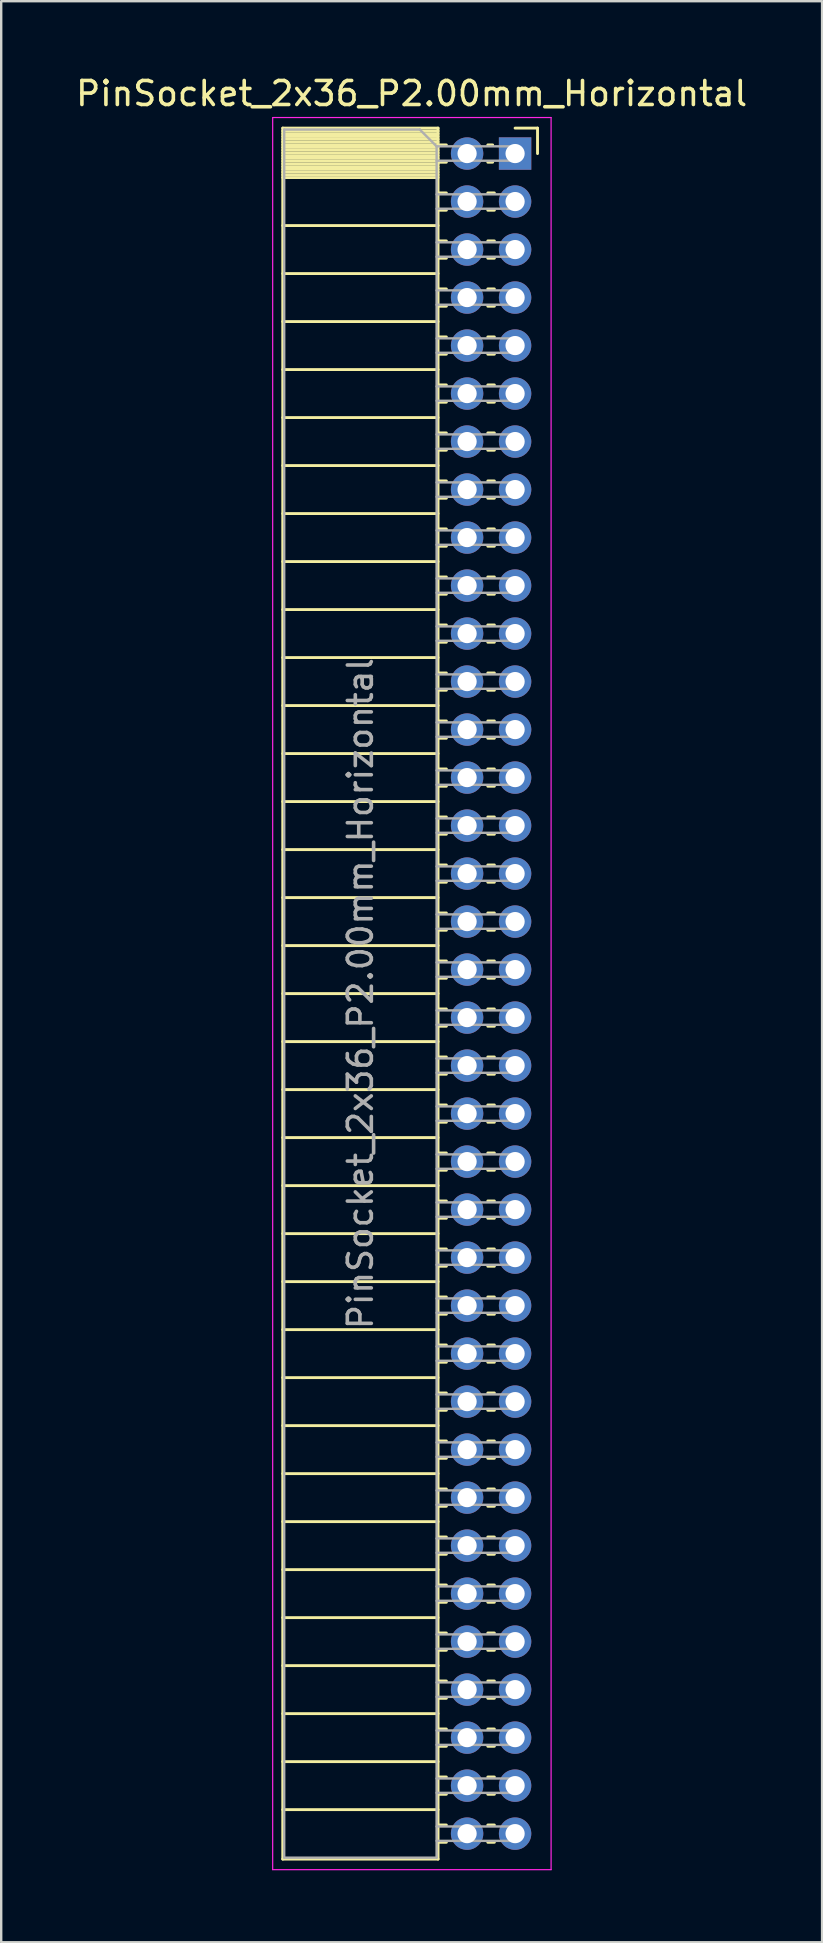
<source format=kicad_pcb>
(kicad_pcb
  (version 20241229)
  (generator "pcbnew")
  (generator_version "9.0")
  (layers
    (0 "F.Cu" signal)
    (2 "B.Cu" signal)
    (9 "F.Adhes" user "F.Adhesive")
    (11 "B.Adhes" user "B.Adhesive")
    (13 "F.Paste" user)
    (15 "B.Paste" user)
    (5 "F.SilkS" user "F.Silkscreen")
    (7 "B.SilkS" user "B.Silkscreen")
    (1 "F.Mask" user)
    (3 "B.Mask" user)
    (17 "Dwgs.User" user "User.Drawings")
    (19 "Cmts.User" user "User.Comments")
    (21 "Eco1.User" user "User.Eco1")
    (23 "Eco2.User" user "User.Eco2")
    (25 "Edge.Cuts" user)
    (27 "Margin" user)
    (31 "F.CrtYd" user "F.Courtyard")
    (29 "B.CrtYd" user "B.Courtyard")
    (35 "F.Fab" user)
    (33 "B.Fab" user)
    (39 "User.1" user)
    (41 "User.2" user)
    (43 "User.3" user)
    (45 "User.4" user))
  (footprint "PinSocket_2x36_P2.00mm_Horizontal"
    (layer "F.Cu")
    (at 18.411 3.348)
    (property "Reference" "PinSocket_2x36_P2.00mm_Horizontal" (at -4.31 -2.5 0) (layer "F.SilkS") (effects (font (size 1 1) (thickness 0.15))))
    (attr through_hole)
    (fp_line (start -9.68 -1.06) (end -9.68 71.06) (stroke (width 0.12) (type solid)) (layer "F.SilkS"))
    (fp_line (start -9.68 -1.06) (end -3.21 -1.06) (stroke (width 0.12) (type solid)) (layer "F.SilkS"))
    (fp_line (start -9.68 -0.94) (end -3.21 -0.94) (stroke (width 0.12) (type solid)) (layer "F.SilkS"))
    (fp_line (start -9.68 -0.826) (end -3.21 -0.826) (stroke (width 0.12) (type solid)) (layer "F.SilkS"))
    (fp_line (start -9.68 -0.712) (end -3.21 -0.712) (stroke (width 0.12) (type solid)) (layer "F.SilkS"))
    (fp_line (start -9.68 -0.598) (end -3.21 -0.598) (stroke (width 0.12) (type solid)) (layer "F.SilkS"))
    (fp_line (start -9.68 -0.484) (end -3.21 -0.484) (stroke (width 0.12) (type solid)) (layer "F.SilkS"))
    (fp_line (start -9.68 -0.369) (end -3.21 -0.369) (stroke (width 0.12) (type solid)) (layer "F.SilkS"))
    (fp_line (start -9.68 -0.255) (end -3.21 -0.255) (stroke (width 0.12) (type solid)) (layer "F.SilkS"))
    (fp_line (start -9.68 -0.141) (end -3.21 -0.141) (stroke (width 0.12) (type solid)) (layer "F.SilkS"))
    (fp_line (start -9.68 -0.027) (end -3.21 -0.027) (stroke (width 0.12) (type solid)) (layer "F.SilkS"))
    (fp_line (start -9.68 0.087) (end -3.21 0.087) (stroke (width 0.12) (type solid)) (layer "F.SilkS"))
    (fp_line (start -9.68 0.201) (end -3.21 0.201) (stroke (width 0.12) (type solid)) (layer "F.SilkS"))
    (fp_line (start -9.68 0.315) (end -3.21 0.315) (stroke (width 0.12) (type solid)) (layer "F.SilkS"))
    (fp_line (start -9.68 0.429) (end -3.21 0.429) (stroke (width 0.12) (type solid)) (layer "F.SilkS"))
    (fp_line (start -9.68 0.544) (end -3.21 0.544) (stroke (width 0.12) (type solid)) (layer "F.SilkS"))
    (fp_line (start -9.68 0.658) (end -3.21 0.658) (stroke (width 0.12) (type solid)) (layer "F.SilkS"))
    (fp_line (start -9.68 0.772) (end -3.21 0.772) (stroke (width 0.12) (type solid)) (layer "F.SilkS"))
    (fp_line (start -9.68 0.886) (end -3.21 0.886) (stroke (width 0.12) (type solid)) (layer "F.SilkS"))
    (fp_line (start -9.68 1) (end -3.21 1) (stroke (width 0.12) (type solid)) (layer "F.SilkS"))
    (fp_line (start -9.68 3) (end -3.21 3) (stroke (width 0.12) (type solid)) (layer "F.SilkS"))
    (fp_line (start -9.68 5) (end -3.21 5) (stroke (width 0.12) (type solid)) (layer "F.SilkS"))
    (fp_line (start -9.68 7) (end -3.21 7) (stroke (width 0.12) (type solid)) (layer "F.SilkS"))
    (fp_line (start -9.68 9) (end -3.21 9) (stroke (width 0.12) (type solid)) (layer "F.SilkS"))
    (fp_line (start -9.68 11) (end -3.21 11) (stroke (width 0.12) (type solid)) (layer "F.SilkS"))
    (fp_line (start -9.68 13) (end -3.21 13) (stroke (width 0.12) (type solid)) (layer "F.SilkS"))
    (fp_line (start -9.68 15) (end -3.21 15) (stroke (width 0.12) (type solid)) (layer "F.SilkS"))
    (fp_line (start -9.68 17) (end -3.21 17) (stroke (width 0.12) (type solid)) (layer "F.SilkS"))
    (fp_line (start -9.68 19) (end -3.21 19) (stroke (width 0.12) (type solid)) (layer "F.SilkS"))
    (fp_line (start -9.68 21) (end -3.21 21) (stroke (width 0.12) (type solid)) (layer "F.SilkS"))
    (fp_line (start -9.68 23) (end -3.21 23) (stroke (width 0.12) (type solid)) (layer "F.SilkS"))
    (fp_line (start -9.68 25) (end -3.21 25) (stroke (width 0.12) (type solid)) (layer "F.SilkS"))
    (fp_line (start -9.68 27) (end -3.21 27) (stroke (width 0.12) (type solid)) (layer "F.SilkS"))
    (fp_line (start -9.68 29) (end -3.21 29) (stroke (width 0.12) (type solid)) (layer "F.SilkS"))
    (fp_line (start -9.68 31) (end -3.21 31) (stroke (width 0.12) (type solid)) (layer "F.SilkS"))
    (fp_line (start -9.68 33) (end -3.21 33) (stroke (width 0.12) (type solid)) (layer "F.SilkS"))
    (fp_line (start -9.68 35) (end -3.21 35) (stroke (width 0.12) (type solid)) (layer "F.SilkS"))
    (fp_line (start -9.68 37) (end -3.21 37) (stroke (width 0.12) (type solid)) (layer "F.SilkS"))
    (fp_line (start -9.68 39) (end -3.21 39) (stroke (width 0.12) (type solid)) (layer "F.SilkS"))
    (fp_line (start -9.68 41) (end -3.21 41) (stroke (width 0.12) (type solid)) (layer "F.SilkS"))
    (fp_line (start -9.68 43) (end -3.21 43) (stroke (width 0.12) (type solid)) (layer "F.SilkS"))
    (fp_line (start -9.68 45) (end -3.21 45) (stroke (width 0.12) (type solid)) (layer "F.SilkS"))
    (fp_line (start -9.68 47) (end -3.21 47) (stroke (width 0.12) (type solid)) (layer "F.SilkS"))
    (fp_line (start -9.68 49) (end -3.21 49) (stroke (width 0.12) (type solid)) (layer "F.SilkS"))
    (fp_line (start -9.68 51) (end -3.21 51) (stroke (width 0.12) (type solid)) (layer "F.SilkS"))
    (fp_line (start -9.68 53) (end -3.21 53) (stroke (width 0.12) (type solid)) (layer "F.SilkS"))
    (fp_line (start -9.68 55) (end -3.21 55) (stroke (width 0.12) (type solid)) (layer "F.SilkS"))
    (fp_line (start -9.68 57) (end -3.21 57) (stroke (width 0.12) (type solid)) (layer "F.SilkS"))
    (fp_line (start -9.68 59) (end -3.21 59) (stroke (width 0.12) (type solid)) (layer "F.SilkS"))
    (fp_line (start -9.68 61) (end -3.21 61) (stroke (width 0.12) (type solid)) (layer "F.SilkS"))
    (fp_line (start -9.68 63) (end -3.21 63) (stroke (width 0.12) (type solid)) (layer "F.SilkS"))
    (fp_line (start -9.68 65) (end -3.21 65) (stroke (width 0.12) (type solid)) (layer "F.SilkS"))
    (fp_line (start -9.68 67) (end -3.21 67) (stroke (width 0.12) (type solid)) (layer "F.SilkS"))
    (fp_line (start -9.68 69) (end -3.21 69) (stroke (width 0.12) (type solid)) (layer "F.SilkS"))
    (fp_line (start -9.68 71.06) (end -3.21 71.06) (stroke (width 0.12) (type solid)) (layer "F.SilkS"))
    (fp_line (start -3.21 -1.06) (end -3.21 71.06) (stroke (width 0.12) (type solid)) (layer "F.SilkS"))
    (fp_line (start -3.21 -0.36) (end -2.863 -0.36) (stroke (width 0.12) (type solid)) (layer "F.SilkS"))
    (fp_line (start -3.21 0.36) (end -2.863 0.36) (stroke (width 0.12) (type solid)) (layer "F.SilkS"))
    (fp_line (start -3.21 1.64) (end -2.863 1.64) (stroke (width 0.12) (type solid)) (layer "F.SilkS"))
    (fp_line (start -3.21 2.36) (end -2.863 2.36) (stroke (width 0.12) (type solid)) (layer "F.SilkS"))
    (fp_line (start -3.21 3.64) (end -2.863 3.64) (stroke (width 0.12) (type solid)) (layer "F.SilkS"))
    (fp_line (start -3.21 4.36) (end -2.863 4.36) (stroke (width 0.12) (type solid)) (layer "F.SilkS"))
    (fp_line (start -3.21 5.64) (end -2.863 5.64) (stroke (width 0.12) (type solid)) (layer "F.SilkS"))
    (fp_line (start -3.21 6.36) (end -2.863 6.36) (stroke (width 0.12) (type solid)) (layer "F.SilkS"))
    (fp_line (start -3.21 7.64) (end -2.863 7.64) (stroke (width 0.12) (type solid)) (layer "F.SilkS"))
    (fp_line (start -3.21 8.36) (end -2.863 8.36) (stroke (width 0.12) (type solid)) (layer "F.SilkS"))
    (fp_line (start -3.21 9.64) (end -2.863 9.64) (stroke (width 0.12) (type solid)) (layer "F.SilkS"))
    (fp_line (start -3.21 10.36) (end -2.863 10.36) (stroke (width 0.12) (type solid)) (layer "F.SilkS"))
    (fp_line (start -3.21 11.64) (end -2.863 11.64) (stroke (width 0.12) (type solid)) (layer "F.SilkS"))
    (fp_line (start -3.21 12.36) (end -2.863 12.36) (stroke (width 0.12) (type solid)) (layer "F.SilkS"))
    (fp_line (start -3.21 13.64) (end -2.863 13.64) (stroke (width 0.12) (type solid)) (layer "F.SilkS"))
    (fp_line (start -3.21 14.36) (end -2.863 14.36) (stroke (width 0.12) (type solid)) (layer "F.SilkS"))
    (fp_line (start -3.21 15.64) (end -2.863 15.64) (stroke (width 0.12) (type solid)) (layer "F.SilkS"))
    (fp_line (start -3.21 16.36) (end -2.863 16.36) (stroke (width 0.12) (type solid)) (layer "F.SilkS"))
    (fp_line (start -3.21 17.64) (end -2.863 17.64) (stroke (width 0.12) (type solid)) (layer "F.SilkS"))
    (fp_line (start -3.21 18.36) (end -2.863 18.36) (stroke (width 0.12) (type solid)) (layer "F.SilkS"))
    (fp_line (start -3.21 19.64) (end -2.863 19.64) (stroke (width 0.12) (type solid)) (layer "F.SilkS"))
    (fp_line (start -3.21 20.36) (end -2.863 20.36) (stroke (width 0.12) (type solid)) (layer "F.SilkS"))
    (fp_line (start -3.21 21.64) (end -2.863 21.64) (stroke (width 0.12) (type solid)) (layer "F.SilkS"))
    (fp_line (start -3.21 22.36) (end -2.863 22.36) (stroke (width 0.12) (type solid)) (layer "F.SilkS"))
    (fp_line (start -3.21 23.64) (end -2.863 23.64) (stroke (width 0.12) (type solid)) (layer "F.SilkS"))
    (fp_line (start -3.21 24.36) (end -2.863 24.36) (stroke (width 0.12) (type solid)) (layer "F.SilkS"))
    (fp_line (start -3.21 25.64) (end -2.863 25.64) (stroke (width 0.12) (type solid)) (layer "F.SilkS"))
    (fp_line (start -3.21 26.36) (end -2.863 26.36) (stroke (width 0.12) (type solid)) (layer "F.SilkS"))
    (fp_line (start -3.21 27.64) (end -2.863 27.64) (stroke (width 0.12) (type solid)) (layer "F.SilkS"))
    (fp_line (start -3.21 28.36) (end -2.863 28.36) (stroke (width 0.12) (type solid)) (layer "F.SilkS"))
    (fp_line (start -3.21 29.64) (end -2.863 29.64) (stroke (width 0.12) (type solid)) (layer "F.SilkS"))
    (fp_line (start -3.21 30.36) (end -2.863 30.36) (stroke (width 0.12) (type solid)) (layer "F.SilkS"))
    (fp_line (start -3.21 31.64) (end -2.863 31.64) (stroke (width 0.12) (type solid)) (layer "F.SilkS"))
    (fp_line (start -3.21 32.36) (end -2.863 32.36) (stroke (width 0.12) (type solid)) (layer "F.SilkS"))
    (fp_line (start -3.21 33.64) (end -2.863 33.64) (stroke (width 0.12) (type solid)) (layer "F.SilkS"))
    (fp_line (start -3.21 34.36) (end -2.863 34.36) (stroke (width 0.12) (type solid)) (layer "F.SilkS"))
    (fp_line (start -3.21 35.64) (end -2.863 35.64) (stroke (width 0.12) (type solid)) (layer "F.SilkS"))
    (fp_line (start -3.21 36.36) (end -2.863 36.36) (stroke (width 0.12) (type solid)) (layer "F.SilkS"))
    (fp_line (start -3.21 37.64) (end -2.863 37.64) (stroke (width 0.12) (type solid)) (layer "F.SilkS"))
    (fp_line (start -3.21 38.36) (end -2.863 38.36) (stroke (width 0.12) (type solid)) (layer "F.SilkS"))
    (fp_line (start -3.21 39.64) (end -2.863 39.64) (stroke (width 0.12) (type solid)) (layer "F.SilkS"))
    (fp_line (start -3.21 40.36) (end -2.863 40.36) (stroke (width 0.12) (type solid)) (layer "F.SilkS"))
    (fp_line (start -3.21 41.64) (end -2.863 41.64) (stroke (width 0.12) (type solid)) (layer "F.SilkS"))
    (fp_line (start -3.21 42.36) (end -2.863 42.36) (stroke (width 0.12) (type solid)) (layer "F.SilkS"))
    (fp_line (start -3.21 43.64) (end -2.863 43.64) (stroke (width 0.12) (type solid)) (layer "F.SilkS"))
    (fp_line (start -3.21 44.36) (end -2.863 44.36) (stroke (width 0.12) (type solid)) (layer "F.SilkS"))
    (fp_line (start -3.21 45.64) (end -2.863 45.64) (stroke (width 0.12) (type solid)) (layer "F.SilkS"))
    (fp_line (start -3.21 46.36) (end -2.863 46.36) (stroke (width 0.12) (type solid)) (layer "F.SilkS"))
    (fp_line (start -3.21 47.64) (end -2.863 47.64) (stroke (width 0.12) (type solid)) (layer "F.SilkS"))
    (fp_line (start -3.21 48.36) (end -2.863 48.36) (stroke (width 0.12) (type solid)) (layer "F.SilkS"))
    (fp_line (start -3.21 49.64) (end -2.863 49.64) (stroke (width 0.12) (type solid)) (layer "F.SilkS"))
    (fp_line (start -3.21 50.36) (end -2.863 50.36) (stroke (width 0.12) (type solid)) (layer "F.SilkS"))
    (fp_line (start -3.21 51.64) (end -2.863 51.64) (stroke (width 0.12) (type solid)) (layer "F.SilkS"))
    (fp_line (start -3.21 52.36) (end -2.863 52.36) (stroke (width 0.12) (type solid)) (layer "F.SilkS"))
    (fp_line (start -3.21 53.64) (end -2.863 53.64) (stroke (width 0.12) (type solid)) (layer "F.SilkS"))
    (fp_line (start -3.21 54.36) (end -2.863 54.36) (stroke (width 0.12) (type solid)) (layer "F.SilkS"))
    (fp_line (start -3.21 55.64) (end -2.863 55.64) (stroke (width 0.12) (type solid)) (layer "F.SilkS"))
    (fp_line (start -3.21 56.36) (end -2.863 56.36) (stroke (width 0.12) (type solid)) (layer "F.SilkS"))
    (fp_line (start -3.21 57.64) (end -2.863 57.64) (stroke (width 0.12) (type solid)) (layer "F.SilkS"))
    (fp_line (start -3.21 58.36) (end -2.863 58.36) (stroke (width 0.12) (type solid)) (layer "F.SilkS"))
    (fp_line (start -3.21 59.64) (end -2.863 59.64) (stroke (width 0.12) (type solid)) (layer "F.SilkS"))
    (fp_line (start -3.21 60.36) (end -2.863 60.36) (stroke (width 0.12) (type solid)) (layer "F.SilkS"))
    (fp_line (start -3.21 61.64) (end -2.863 61.64) (stroke (width 0.12) (type solid)) (layer "F.SilkS"))
    (fp_line (start -3.21 62.36) (end -2.863 62.36) (stroke (width 0.12) (type solid)) (layer "F.SilkS"))
    (fp_line (start -3.21 63.64) (end -2.863 63.64) (stroke (width 0.12) (type solid)) (layer "F.SilkS"))
    (fp_line (start -3.21 64.36) (end -2.863 64.36) (stroke (width 0.12) (type solid)) (layer "F.SilkS"))
    (fp_line (start -3.21 65.64) (end -2.863 65.64) (stroke (width 0.12) (type solid)) (layer "F.SilkS"))
    (fp_line (start -3.21 66.36) (end -2.863 66.36) (stroke (width 0.12) (type solid)) (layer "F.SilkS"))
    (fp_line (start -3.21 67.64) (end -2.863 67.64) (stroke (width 0.12) (type solid)) (layer "F.SilkS"))
    (fp_line (start -3.21 68.36) (end -2.863 68.36) (stroke (width 0.12) (type solid)) (layer "F.SilkS"))
    (fp_line (start -3.21 69.64) (end -2.863 69.64) (stroke (width 0.12) (type solid)) (layer "F.SilkS"))
    (fp_line (start -3.21 70.36) (end -2.863 70.36) (stroke (width 0.12) (type solid)) (layer "F.SilkS"))
    (fp_line (start -1.137 -0.36) (end -0.935 -0.36) (stroke (width 0.12) (type solid)) (layer "F.SilkS"))
    (fp_line (start -1.137 0.36) (end -0.935 0.36) (stroke (width 0.12) (type solid)) (layer "F.SilkS"))
    (fp_line (start -1.137 1.64) (end -0.863 1.64) (stroke (width 0.12) (type solid)) (layer "F.SilkS"))
    (fp_line (start -1.137 2.36) (end -0.863 2.36) (stroke (width 0.12) (type solid)) (layer "F.SilkS"))
    (fp_line (start -1.137 3.64) (end -0.863 3.64) (stroke (width 0.12) (type solid)) (layer "F.SilkS"))
    (fp_line (start -1.137 4.36) (end -0.863 4.36) (stroke (width 0.12) (type solid)) (layer "F.SilkS"))
    (fp_line (start -1.137 5.64) (end -0.863 5.64) (stroke (width 0.12) (type solid)) (layer "F.SilkS"))
    (fp_line (start -1.137 6.36) (end -0.863 6.36) (stroke (width 0.12) (type solid)) (layer "F.SilkS"))
    (fp_line (start -1.137 7.64) (end -0.863 7.64) (stroke (width 0.12) (type solid)) (layer "F.SilkS"))
    (fp_line (start -1.137 8.36) (end -0.863 8.36) (stroke (width 0.12) (type solid)) (layer "F.SilkS"))
    (fp_line (start -1.137 9.64) (end -0.863 9.64) (stroke (width 0.12) (type solid)) (layer "F.SilkS"))
    (fp_line (start -1.137 10.36) (end -0.863 10.36) (stroke (width 0.12) (type solid)) (layer "F.SilkS"))
    (fp_line (start -1.137 11.64) (end -0.863 11.64) (stroke (width 0.12) (type solid)) (layer "F.SilkS"))
    (fp_line (start -1.137 12.36) (end -0.863 12.36) (stroke (width 0.12) (type solid)) (layer "F.SilkS"))
    (fp_line (start -1.137 13.64) (end -0.863 13.64) (stroke (width 0.12) (type solid)) (layer "F.SilkS"))
    (fp_line (start -1.137 14.36) (end -0.863 14.36) (stroke (width 0.12) (type solid)) (layer "F.SilkS"))
    (fp_line (start -1.137 15.64) (end -0.863 15.64) (stroke (width 0.12) (type solid)) (layer "F.SilkS"))
    (fp_line (start -1.137 16.36) (end -0.863 16.36) (stroke (width 0.12) (type solid)) (layer "F.SilkS"))
    (fp_line (start -1.137 17.64) (end -0.863 17.64) (stroke (width 0.12) (type solid)) (layer "F.SilkS"))
    (fp_line (start -1.137 18.36) (end -0.863 18.36) (stroke (width 0.12) (type solid)) (layer "F.SilkS"))
    (fp_line (start -1.137 19.64) (end -0.863 19.64) (stroke (width 0.12) (type solid)) (layer "F.SilkS"))
    (fp_line (start -1.137 20.36) (end -0.863 20.36) (stroke (width 0.12) (type solid)) (layer "F.SilkS"))
    (fp_line (start -1.137 21.64) (end -0.863 21.64) (stroke (width 0.12) (type solid)) (layer "F.SilkS"))
    (fp_line (start -1.137 22.36) (end -0.863 22.36) (stroke (width 0.12) (type solid)) (layer "F.SilkS"))
    (fp_line (start -1.137 23.64) (end -0.863 23.64) (stroke (width 0.12) (type solid)) (layer "F.SilkS"))
    (fp_line (start -1.137 24.36) (end -0.863 24.36) (stroke (width 0.12) (type solid)) (layer "F.SilkS"))
    (fp_line (start -1.137 25.64) (end -0.863 25.64) (stroke (width 0.12) (type solid)) (layer "F.SilkS"))
    (fp_line (start -1.137 26.36) (end -0.863 26.36) (stroke (width 0.12) (type solid)) (layer "F.SilkS"))
    (fp_line (start -1.137 27.64) (end -0.863 27.64) (stroke (width 0.12) (type solid)) (layer "F.SilkS"))
    (fp_line (start -1.137 28.36) (end -0.863 28.36) (stroke (width 0.12) (type solid)) (layer "F.SilkS"))
    (fp_line (start -1.137 29.64) (end -0.863 29.64) (stroke (width 0.12) (type solid)) (layer "F.SilkS"))
    (fp_line (start -1.137 30.36) (end -0.863 30.36) (stroke (width 0.12) (type solid)) (layer "F.SilkS"))
    (fp_line (start -1.137 31.64) (end -0.863 31.64) (stroke (width 0.12) (type solid)) (layer "F.SilkS"))
    (fp_line (start -1.137 32.36) (end -0.863 32.36) (stroke (width 0.12) (type solid)) (layer "F.SilkS"))
    (fp_line (start -1.137 33.64) (end -0.863 33.64) (stroke (width 0.12) (type solid)) (layer "F.SilkS"))
    (fp_line (start -1.137 34.36) (end -0.863 34.36) (stroke (width 0.12) (type solid)) (layer "F.SilkS"))
    (fp_line (start -1.137 35.64) (end -0.863 35.64) (stroke (width 0.12) (type solid)) (layer "F.SilkS"))
    (fp_line (start -1.137 36.36) (end -0.863 36.36) (stroke (width 0.12) (type solid)) (layer "F.SilkS"))
    (fp_line (start -1.137 37.64) (end -0.863 37.64) (stroke (width 0.12) (type solid)) (layer "F.SilkS"))
    (fp_line (start -1.137 38.36) (end -0.863 38.36) (stroke (width 0.12) (type solid)) (layer "F.SilkS"))
    (fp_line (start -1.137 39.64) (end -0.863 39.64) (stroke (width 0.12) (type solid)) (layer "F.SilkS"))
    (fp_line (start -1.137 40.36) (end -0.863 40.36) (stroke (width 0.12) (type solid)) (layer "F.SilkS"))
    (fp_line (start -1.137 41.64) (end -0.863 41.64) (stroke (width 0.12) (type solid)) (layer "F.SilkS"))
    (fp_line (start -1.137 42.36) (end -0.863 42.36) (stroke (width 0.12) (type solid)) (layer "F.SilkS"))
    (fp_line (start -1.137 43.64) (end -0.863 43.64) (stroke (width 0.12) (type solid)) (layer "F.SilkS"))
    (fp_line (start -1.137 44.36) (end -0.863 44.36) (stroke (width 0.12) (type solid)) (layer "F.SilkS"))
    (fp_line (start -1.137 45.64) (end -0.863 45.64) (stroke (width 0.12) (type solid)) (layer "F.SilkS"))
    (fp_line (start -1.137 46.36) (end -0.863 46.36) (stroke (width 0.12) (type solid)) (layer "F.SilkS"))
    (fp_line (start -1.137 47.64) (end -0.863 47.64) (stroke (width 0.12) (type solid)) (layer "F.SilkS"))
    (fp_line (start -1.137 48.36) (end -0.863 48.36) (stroke (width 0.12) (type solid)) (layer "F.SilkS"))
    (fp_line (start -1.137 49.64) (end -0.863 49.64) (stroke (width 0.12) (type solid)) (layer "F.SilkS"))
    (fp_line (start -1.137 50.36) (end -0.863 50.36) (stroke (width 0.12) (type solid)) (layer "F.SilkS"))
    (fp_line (start -1.137 51.64) (end -0.863 51.64) (stroke (width 0.12) (type solid)) (layer "F.SilkS"))
    (fp_line (start -1.137 52.36) (end -0.863 52.36) (stroke (width 0.12) (type solid)) (layer "F.SilkS"))
    (fp_line (start -1.137 53.64) (end -0.863 53.64) (stroke (width 0.12) (type solid)) (layer "F.SilkS"))
    (fp_line (start -1.137 54.36) (end -0.863 54.36) (stroke (width 0.12) (type solid)) (layer "F.SilkS"))
    (fp_line (start -1.137 55.64) (end -0.863 55.64) (stroke (width 0.12) (type solid)) (layer "F.SilkS"))
    (fp_line (start -1.137 56.36) (end -0.863 56.36) (stroke (width 0.12) (type solid)) (layer "F.SilkS"))
    (fp_line (start -1.137 57.64) (end -0.863 57.64) (stroke (width 0.12) (type solid)) (layer "F.SilkS"))
    (fp_line (start -1.137 58.36) (end -0.863 58.36) (stroke (width 0.12) (type solid)) (layer "F.SilkS"))
    (fp_line (start -1.137 59.64) (end -0.863 59.64) (stroke (width 0.12) (type solid)) (layer "F.SilkS"))
    (fp_line (start -1.137 60.36) (end -0.863 60.36) (stroke (width 0.12) (type solid)) (layer "F.SilkS"))
    (fp_line (start -1.137 61.64) (end -0.863 61.64) (stroke (width 0.12) (type solid)) (layer "F.SilkS"))
    (fp_line (start -1.137 62.36) (end -0.863 62.36) (stroke (width 0.12) (type solid)) (layer "F.SilkS"))
    (fp_line (start -1.137 63.64) (end -0.863 63.64) (stroke (width 0.12) (type solid)) (layer "F.SilkS"))
    (fp_line (start -1.137 64.36) (end -0.863 64.36) (stroke (width 0.12) (type solid)) (layer "F.SilkS"))
    (fp_line (start -1.137 65.64) (end -0.863 65.64) (stroke (width 0.12) (type solid)) (layer "F.SilkS"))
    (fp_line (start -1.137 66.36) (end -0.863 66.36) (stroke (width 0.12) (type solid)) (layer "F.SilkS"))
    (fp_line (start -1.137 67.64) (end -0.863 67.64) (stroke (width 0.12) (type solid)) (layer "F.SilkS"))
    (fp_line (start -1.137 68.36) (end -0.863 68.36) (stroke (width 0.12) (type solid)) (layer "F.SilkS"))
    (fp_line (start -1.137 69.64) (end -0.863 69.64) (stroke (width 0.12) (type solid)) (layer "F.SilkS"))
    (fp_line (start -1.137 70.36) (end -0.863 70.36) (stroke (width 0.12) (type solid)) (layer "F.SilkS"))
    (fp_line (start 0 -1.06) (end 0.935 -1.06) (stroke (width 0.12) (type solid)) (layer "F.SilkS"))
    (fp_line (start 0.935 -1.06) (end 0.935 0) (stroke (width 0.12) (type solid)) (layer "F.SilkS"))
    (fp_line (start -10.1 -1.5) (end -10.1 71.5) (stroke (width 0.05) (type solid)) (layer "F.CrtYd"))
    (fp_line (start -10.1 71.5) (end 1.5 71.5) (stroke (width 0.05) (type solid)) (layer "F.CrtYd"))
    (fp_line (start 1.5 -1.5) (end -10.1 -1.5) (stroke (width 0.05) (type solid)) (layer "F.CrtYd"))
    (fp_line (start 1.5 71.5) (end 1.5 -1.5) (stroke (width 0.05) (type solid)) (layer "F.CrtYd"))
    (fp_line (start -9.62 -1) (end -3.97 -1) (stroke (width 0.1) (type solid)) (layer "F.Fab"))
    (fp_line (start -9.62 71) (end -9.62 -1) (stroke (width 0.1) (type solid)) (layer "F.Fab"))
    (fp_line (start -3.97 -1) (end -3.27 -0.3) (stroke (width 0.1) (type solid)) (layer "F.Fab"))
    (fp_line (start -3.27 -0.3) (end -3.27 71) (stroke (width 0.1) (type solid)) (layer "F.Fab"))
    (fp_line (start -3.27 0.3) (end 0 0.3) (stroke (width 0.1) (type solid)) (layer "F.Fab"))
    (fp_line (start -3.27 2.3) (end 0 2.3) (stroke (width 0.1) (type solid)) (layer "F.Fab"))
    (fp_line (start -3.27 4.3) (end 0 4.3) (stroke (width 0.1) (type solid)) (layer "F.Fab"))
    (fp_line (start -3.27 6.3) (end 0 6.3) (stroke (width 0.1) (type solid)) (layer "F.Fab"))
    (fp_line (start -3.27 8.3) (end 0 8.3) (stroke (width 0.1) (type solid)) (layer "F.Fab"))
    (fp_line (start -3.27 10.3) (end 0 10.3) (stroke (width 0.1) (type solid)) (layer "F.Fab"))
    (fp_line (start -3.27 12.3) (end 0 12.3) (stroke (width 0.1) (type solid)) (layer "F.Fab"))
    (fp_line (start -3.27 14.3) (end 0 14.3) (stroke (width 0.1) (type solid)) (layer "F.Fab"))
    (fp_line (start -3.27 16.3) (end 0 16.3) (stroke (width 0.1) (type solid)) (layer "F.Fab"))
    (fp_line (start -3.27 18.3) (end 0 18.3) (stroke (width 0.1) (type solid)) (layer "F.Fab"))
    (fp_line (start -3.27 20.3) (end 0 20.3) (stroke (width 0.1) (type solid)) (layer "F.Fab"))
    (fp_line (start -3.27 22.3) (end 0 22.3) (stroke (width 0.1) (type solid)) (layer "F.Fab"))
    (fp_line (start -3.27 24.3) (end 0 24.3) (stroke (width 0.1) (type solid)) (layer "F.Fab"))
    (fp_line (start -3.27 26.3) (end 0 26.3) (stroke (width 0.1) (type solid)) (layer "F.Fab"))
    (fp_line (start -3.27 28.3) (end 0 28.3) (stroke (width 0.1) (type solid)) (layer "F.Fab"))
    (fp_line (start -3.27 30.3) (end 0 30.3) (stroke (width 0.1) (type solid)) (layer "F.Fab"))
    (fp_line (start -3.27 32.3) (end 0 32.3) (stroke (width 0.1) (type solid)) (layer "F.Fab"))
    (fp_line (start -3.27 34.3) (end 0 34.3) (stroke (width 0.1) (type solid)) (layer "F.Fab"))
    (fp_line (start -3.27 36.3) (end 0 36.3) (stroke (width 0.1) (type solid)) (layer "F.Fab"))
    (fp_line (start -3.27 38.3) (end 0 38.3) (stroke (width 0.1) (type solid)) (layer "F.Fab"))
    (fp_line (start -3.27 40.3) (end 0 40.3) (stroke (width 0.1) (type solid)) (layer "F.Fab"))
    (fp_line (start -3.27 42.3) (end 0 42.3) (stroke (width 0.1) (type solid)) (layer "F.Fab"))
    (fp_line (start -3.27 44.3) (end 0 44.3) (stroke (width 0.1) (type solid)) (layer "F.Fab"))
    (fp_line (start -3.27 46.3) (end 0 46.3) (stroke (width 0.1) (type solid)) (layer "F.Fab"))
    (fp_line (start -3.27 48.3) (end 0 48.3) (stroke (width 0.1) (type solid)) (layer "F.Fab"))
    (fp_line (start -3.27 50.3) (end 0 50.3) (stroke (width 0.1) (type solid)) (layer "F.Fab"))
    (fp_line (start -3.27 52.3) (end 0 52.3) (stroke (width 0.1) (type solid)) (layer "F.Fab"))
    (fp_line (start -3.27 54.3) (end 0 54.3) (stroke (width 0.1) (type solid)) (layer "F.Fab"))
    (fp_line (start -3.27 56.3) (end 0 56.3) (stroke (width 0.1) (type solid)) (layer "F.Fab"))
    (fp_line (start -3.27 58.3) (end 0 58.3) (stroke (width 0.1) (type solid)) (layer "F.Fab"))
    (fp_line (start -3.27 60.3) (end 0 60.3) (stroke (width 0.1) (type solid)) (layer "F.Fab"))
    (fp_line (start -3.27 62.3) (end 0 62.3) (stroke (width 0.1) (type solid)) (layer "F.Fab"))
    (fp_line (start -3.27 64.3) (end 0 64.3) (stroke (width 0.1) (type solid)) (layer "F.Fab"))
    (fp_line (start -3.27 66.3) (end 0 66.3) (stroke (width 0.1) (type solid)) (layer "F.Fab"))
    (fp_line (start -3.27 68.3) (end 0 68.3) (stroke (width 0.1) (type solid)) (layer "F.Fab"))
    (fp_line (start -3.27 70.3) (end 0 70.3) (stroke (width 0.1) (type solid)) (layer "F.Fab"))
    (fp_line (start -3.27 71) (end -9.62 71) (stroke (width 0.1) (type solid)) (layer "F.Fab"))
    (fp_line (start 0 -0.3) (end -3.27 -0.3) (stroke (width 0.1) (type solid)) (layer "F.Fab"))
    (fp_line (start 0 0.3) (end 0 -0.3) (stroke (width 0.1) (type solid)) (layer "F.Fab"))
    (fp_line (start 0 1.7) (end -3.27 1.7) (stroke (width 0.1) (type solid)) (layer "F.Fab"))
    (fp_line (start 0 2.3) (end 0 1.7) (stroke (width 0.1) (type solid)) (layer "F.Fab"))
    (fp_line (start 0 3.7) (end -3.27 3.7) (stroke (width 0.1) (type solid)) (layer "F.Fab"))
    (fp_line (start 0 4.3) (end 0 3.7) (stroke (width 0.1) (type solid)) (layer "F.Fab"))
    (fp_line (start 0 5.7) (end -3.27 5.7) (stroke (width 0.1) (type solid)) (layer "F.Fab"))
    (fp_line (start 0 6.3) (end 0 5.7) (stroke (width 0.1) (type solid)) (layer "F.Fab"))
    (fp_line (start 0 7.7) (end -3.27 7.7) (stroke (width 0.1) (type solid)) (layer "F.Fab"))
    (fp_line (start 0 8.3) (end 0 7.7) (stroke (width 0.1) (type solid)) (layer "F.Fab"))
    (fp_line (start 0 9.7) (end -3.27 9.7) (stroke (width 0.1) (type solid)) (layer "F.Fab"))
    (fp_line (start 0 10.3) (end 0 9.7) (stroke (width 0.1) (type solid)) (layer "F.Fab"))
    (fp_line (start 0 11.7) (end -3.27 11.7) (stroke (width 0.1) (type solid)) (layer "F.Fab"))
    (fp_line (start 0 12.3) (end 0 11.7) (stroke (width 0.1) (type solid)) (layer "F.Fab"))
    (fp_line (start 0 13.7) (end -3.27 13.7) (stroke (width 0.1) (type solid)) (layer "F.Fab"))
    (fp_line (start 0 14.3) (end 0 13.7) (stroke (width 0.1) (type solid)) (layer "F.Fab"))
    (fp_line (start 0 15.7) (end -3.27 15.7) (stroke (width 0.1) (type solid)) (layer "F.Fab"))
    (fp_line (start 0 16.3) (end 0 15.7) (stroke (width 0.1) (type solid)) (layer "F.Fab"))
    (fp_line (start 0 17.7) (end -3.27 17.7) (stroke (width 0.1) (type solid)) (layer "F.Fab"))
    (fp_line (start 0 18.3) (end 0 17.7) (stroke (width 0.1) (type solid)) (layer "F.Fab"))
    (fp_line (start 0 19.7) (end -3.27 19.7) (stroke (width 0.1) (type solid)) (layer "F.Fab"))
    (fp_line (start 0 20.3) (end 0 19.7) (stroke (width 0.1) (type solid)) (layer "F.Fab"))
    (fp_line (start 0 21.7) (end -3.27 21.7) (stroke (width 0.1) (type solid)) (layer "F.Fab"))
    (fp_line (start 0 22.3) (end 0 21.7) (stroke (width 0.1) (type solid)) (layer "F.Fab"))
    (fp_line (start 0 23.7) (end -3.27 23.7) (stroke (width 0.1) (type solid)) (layer "F.Fab"))
    (fp_line (start 0 24.3) (end 0 23.7) (stroke (width 0.1) (type solid)) (layer "F.Fab"))
    (fp_line (start 0 25.7) (end -3.27 25.7) (stroke (width 0.1) (type solid)) (layer "F.Fab"))
    (fp_line (start 0 26.3) (end 0 25.7) (stroke (width 0.1) (type solid)) (layer "F.Fab"))
    (fp_line (start 0 27.7) (end -3.27 27.7) (stroke (width 0.1) (type solid)) (layer "F.Fab"))
    (fp_line (start 0 28.3) (end 0 27.7) (stroke (width 0.1) (type solid)) (layer "F.Fab"))
    (fp_line (start 0 29.7) (end -3.27 29.7) (stroke (width 0.1) (type solid)) (layer "F.Fab"))
    (fp_line (start 0 30.3) (end 0 29.7) (stroke (width 0.1) (type solid)) (layer "F.Fab"))
    (fp_line (start 0 31.7) (end -3.27 31.7) (stroke (width 0.1) (type solid)) (layer "F.Fab"))
    (fp_line (start 0 32.3) (end 0 31.7) (stroke (width 0.1) (type solid)) (layer "F.Fab"))
    (fp_line (start 0 33.7) (end -3.27 33.7) (stroke (width 0.1) (type solid)) (layer "F.Fab"))
    (fp_line (start 0 34.3) (end 0 33.7) (stroke (width 0.1) (type solid)) (layer "F.Fab"))
    (fp_line (start 0 35.7) (end -3.27 35.7) (stroke (width 0.1) (type solid)) (layer "F.Fab"))
    (fp_line (start 0 36.3) (end 0 35.7) (stroke (width 0.1) (type solid)) (layer "F.Fab"))
    (fp_line (start 0 37.7) (end -3.27 37.7) (stroke (width 0.1) (type solid)) (layer "F.Fab"))
    (fp_line (start 0 38.3) (end 0 37.7) (stroke (width 0.1) (type solid)) (layer "F.Fab"))
    (fp_line (start 0 39.7) (end -3.27 39.7) (stroke (width 0.1) (type solid)) (layer "F.Fab"))
    (fp_line (start 0 40.3) (end 0 39.7) (stroke (width 0.1) (type solid)) (layer "F.Fab"))
    (fp_line (start 0 41.7) (end -3.27 41.7) (stroke (width 0.1) (type solid)) (layer "F.Fab"))
    (fp_line (start 0 42.3) (end 0 41.7) (stroke (width 0.1) (type solid)) (layer "F.Fab"))
    (fp_line (start 0 43.7) (end -3.27 43.7) (stroke (width 0.1) (type solid)) (layer "F.Fab"))
    (fp_line (start 0 44.3) (end 0 43.7) (stroke (width 0.1) (type solid)) (layer "F.Fab"))
    (fp_line (start 0 45.7) (end -3.27 45.7) (stroke (width 0.1) (type solid)) (layer "F.Fab"))
    (fp_line (start 0 46.3) (end 0 45.7) (stroke (width 0.1) (type solid)) (layer "F.Fab"))
    (fp_line (start 0 47.7) (end -3.27 47.7) (stroke (width 0.1) (type solid)) (layer "F.Fab"))
    (fp_line (start 0 48.3) (end 0 47.7) (stroke (width 0.1) (type solid)) (layer "F.Fab"))
    (fp_line (start 0 49.7) (end -3.27 49.7) (stroke (width 0.1) (type solid)) (layer "F.Fab"))
    (fp_line (start 0 50.3) (end 0 49.7) (stroke (width 0.1) (type solid)) (layer "F.Fab"))
    (fp_line (start 0 51.7) (end -3.27 51.7) (stroke (width 0.1) (type solid)) (layer "F.Fab"))
    (fp_line (start 0 52.3) (end 0 51.7) (stroke (width 0.1) (type solid)) (layer "F.Fab"))
    (fp_line (start 0 53.7) (end -3.27 53.7) (stroke (width 0.1) (type solid)) (layer "F.Fab"))
    (fp_line (start 0 54.3) (end 0 53.7) (stroke (width 0.1) (type solid)) (layer "F.Fab"))
    (fp_line (start 0 55.7) (end -3.27 55.7) (stroke (width 0.1) (type solid)) (layer "F.Fab"))
    (fp_line (start 0 56.3) (end 0 55.7) (stroke (width 0.1) (type solid)) (layer "F.Fab"))
    (fp_line (start 0 57.7) (end -3.27 57.7) (stroke (width 0.1) (type solid)) (layer "F.Fab"))
    (fp_line (start 0 58.3) (end 0 57.7) (stroke (width 0.1) (type solid)) (layer "F.Fab"))
    (fp_line (start 0 59.7) (end -3.27 59.7) (stroke (width 0.1) (type solid)) (layer "F.Fab"))
    (fp_line (start 0 60.3) (end 0 59.7) (stroke (width 0.1) (type solid)) (layer "F.Fab"))
    (fp_line (start 0 61.7) (end -3.27 61.7) (stroke (width 0.1) (type solid)) (layer "F.Fab"))
    (fp_line (start 0 62.3) (end 0 61.7) (stroke (width 0.1) (type solid)) (layer "F.Fab"))
    (fp_line (start 0 63.7) (end -3.27 63.7) (stroke (width 0.1) (type solid)) (layer "F.Fab"))
    (fp_line (start 0 64.3) (end 0 63.7) (stroke (width 0.1) (type solid)) (layer "F.Fab"))
    (fp_line (start 0 65.7) (end -3.27 65.7) (stroke (width 0.1) (type solid)) (layer "F.Fab"))
    (fp_line (start 0 66.3) (end 0 65.7) (stroke (width 0.1) (type solid)) (layer "F.Fab"))
    (fp_line (start 0 67.7) (end -3.27 67.7) (stroke (width 0.1) (type solid)) (layer "F.Fab"))
    (fp_line (start 0 68.3) (end 0 67.7) (stroke (width 0.1) (type solid)) (layer "F.Fab"))
    (fp_line (start 0 69.7) (end -3.27 69.7) (stroke (width 0.1) (type solid)) (layer "F.Fab"))
    (fp_line (start 0 70.3) (end 0 69.7) (stroke (width 0.1) (type solid)) (layer "F.Fab"))
    (fp_text user "${REFERENCE}" (at -6.445 35 90) (layer "F.Fab") (effects (font (size 1 1) (thickness 0.15))))
    (pad "1" thru_hole rect (at 0 0) (size 1.35 1.35) (drill 0.8) (layers "*.Cu" "*.Mask"))
    (pad "2" thru_hole circle (at -2 0) (size 1.35 1.35) (drill 0.8) (layers "*.Cu" "*.Mask"))
    (pad "3" thru_hole circle (at 0 2) (size 1.35 1.35) (drill 0.8) (layers "*.Cu" "*.Mask"))
    (pad "4" thru_hole circle (at -2 2) (size 1.35 1.35) (drill 0.8) (layers "*.Cu" "*.Mask"))
    (pad "5" thru_hole circle (at 0 4) (size 1.35 1.35) (drill 0.8) (layers "*.Cu" "*.Mask"))
    (pad "6" thru_hole circle (at -2 4) (size 1.35 1.35) (drill 0.8) (layers "*.Cu" "*.Mask"))
    (pad "7" thru_hole circle (at 0 6) (size 1.35 1.35) (drill 0.8) (layers "*.Cu" "*.Mask"))
    (pad "8" thru_hole circle (at -2 6) (size 1.35 1.35) (drill 0.8) (layers "*.Cu" "*.Mask"))
    (pad "9" thru_hole circle (at 0 8) (size 1.35 1.35) (drill 0.8) (layers "*.Cu" "*.Mask"))
    (pad "10" thru_hole circle (at -2 8) (size 1.35 1.35) (drill 0.8) (layers "*.Cu" "*.Mask"))
    (pad "11" thru_hole circle (at 0 10) (size 1.35 1.35) (drill 0.8) (layers "*.Cu" "*.Mask"))
    (pad "12" thru_hole circle (at -2 10) (size 1.35 1.35) (drill 0.8) (layers "*.Cu" "*.Mask"))
    (pad "13" thru_hole circle (at 0 12) (size 1.35 1.35) (drill 0.8) (layers "*.Cu" "*.Mask"))
    (pad "14" thru_hole circle (at -2 12) (size 1.35 1.35) (drill 0.8) (layers "*.Cu" "*.Mask"))
    (pad "15" thru_hole circle (at 0 14) (size 1.35 1.35) (drill 0.8) (layers "*.Cu" "*.Mask"))
    (pad "16" thru_hole circle (at -2 14) (size 1.35 1.35) (drill 0.8) (layers "*.Cu" "*.Mask"))
    (pad "17" thru_hole circle (at 0 16) (size 1.35 1.35) (drill 0.8) (layers "*.Cu" "*.Mask"))
    (pad "18" thru_hole circle (at -2 16) (size 1.35 1.35) (drill 0.8) (layers "*.Cu" "*.Mask"))
    (pad "19" thru_hole circle (at 0 18) (size 1.35 1.35) (drill 0.8) (layers "*.Cu" "*.Mask"))
    (pad "20" thru_hole circle (at -2 18) (size 1.35 1.35) (drill 0.8) (layers "*.Cu" "*.Mask"))
    (pad "21" thru_hole circle (at 0 20) (size 1.35 1.35) (drill 0.8) (layers "*.Cu" "*.Mask"))
    (pad "22" thru_hole circle (at -2 20) (size 1.35 1.35) (drill 0.8) (layers "*.Cu" "*.Mask"))
    (pad "23" thru_hole circle (at 0 22) (size 1.35 1.35) (drill 0.8) (layers "*.Cu" "*.Mask"))
    (pad "24" thru_hole circle (at -2 22) (size 1.35 1.35) (drill 0.8) (layers "*.Cu" "*.Mask"))
    (pad "25" thru_hole circle (at 0 24) (size 1.35 1.35) (drill 0.8) (layers "*.Cu" "*.Mask"))
    (pad "26" thru_hole circle (at -2 24) (size 1.35 1.35) (drill 0.8) (layers "*.Cu" "*.Mask"))
    (pad "27" thru_hole circle (at 0 26) (size 1.35 1.35) (drill 0.8) (layers "*.Cu" "*.Mask"))
    (pad "28" thru_hole circle (at -2 26) (size 1.35 1.35) (drill 0.8) (layers "*.Cu" "*.Mask"))
    (pad "29" thru_hole circle (at 0 28) (size 1.35 1.35) (drill 0.8) (layers "*.Cu" "*.Mask"))
    (pad "30" thru_hole circle (at -2 28) (size 1.35 1.35) (drill 0.8) (layers "*.Cu" "*.Mask"))
    (pad "31" thru_hole circle (at 0 30) (size 1.35 1.35) (drill 0.8) (layers "*.Cu" "*.Mask"))
    (pad "32" thru_hole circle (at -2 30) (size 1.35 1.35) (drill 0.8) (layers "*.Cu" "*.Mask"))
    (pad "33" thru_hole circle (at 0 32) (size 1.35 1.35) (drill 0.8) (layers "*.Cu" "*.Mask"))
    (pad "34" thru_hole circle (at -2 32) (size 1.35 1.35) (drill 0.8) (layers "*.Cu" "*.Mask"))
    (pad "35" thru_hole circle (at 0 34) (size 1.35 1.35) (drill 0.8) (layers "*.Cu" "*.Mask"))
    (pad "36" thru_hole circle (at -2 34) (size 1.35 1.35) (drill 0.8) (layers "*.Cu" "*.Mask"))
    (pad "37" thru_hole circle (at 0 36) (size 1.35 1.35) (drill 0.8) (layers "*.Cu" "*.Mask"))
    (pad "38" thru_hole circle (at -2 36) (size 1.35 1.35) (drill 0.8) (layers "*.Cu" "*.Mask"))
    (pad "39" thru_hole circle (at 0 38) (size 1.35 1.35) (drill 0.8) (layers "*.Cu" "*.Mask"))
    (pad "40" thru_hole circle (at -2 38) (size 1.35 1.35) (drill 0.8) (layers "*.Cu" "*.Mask"))
    (pad "41" thru_hole circle (at 0 40) (size 1.35 1.35) (drill 0.8) (layers "*.Cu" "*.Mask"))
    (pad "42" thru_hole circle (at -2 40) (size 1.35 1.35) (drill 0.8) (layers "*.Cu" "*.Mask"))
    (pad "43" thru_hole circle (at 0 42) (size 1.35 1.35) (drill 0.8) (layers "*.Cu" "*.Mask"))
    (pad "44" thru_hole circle (at -2 42) (size 1.35 1.35) (drill 0.8) (layers "*.Cu" "*.Mask"))
    (pad "45" thru_hole circle (at 0 44) (size 1.35 1.35) (drill 0.8) (layers "*.Cu" "*.Mask"))
    (pad "46" thru_hole circle (at -2 44) (size 1.35 1.35) (drill 0.8) (layers "*.Cu" "*.Mask"))
    (pad "47" thru_hole circle (at 0 46) (size 1.35 1.35) (drill 0.8) (layers "*.Cu" "*.Mask"))
    (pad "48" thru_hole circle (at -2 46) (size 1.35 1.35) (drill 0.8) (layers "*.Cu" "*.Mask"))
    (pad "49" thru_hole circle (at 0 48) (size 1.35 1.35) (drill 0.8) (layers "*.Cu" "*.Mask"))
    (pad "50" thru_hole circle (at -2 48) (size 1.35 1.35) (drill 0.8) (layers "*.Cu" "*.Mask"))
    (pad "51" thru_hole circle (at 0 50) (size 1.35 1.35) (drill 0.8) (layers "*.Cu" "*.Mask"))
    (pad "52" thru_hole circle (at -2 50) (size 1.35 1.35) (drill 0.8) (layers "*.Cu" "*.Mask"))
    (pad "53" thru_hole circle (at 0 52) (size 1.35 1.35) (drill 0.8) (layers "*.Cu" "*.Mask"))
    (pad "54" thru_hole circle (at -2 52) (size 1.35 1.35) (drill 0.8) (layers "*.Cu" "*.Mask"))
    (pad "55" thru_hole circle (at 0 54) (size 1.35 1.35) (drill 0.8) (layers "*.Cu" "*.Mask"))
    (pad "56" thru_hole circle (at -2 54) (size 1.35 1.35) (drill 0.8) (layers "*.Cu" "*.Mask"))
    (pad "57" thru_hole circle (at 0 56) (size 1.35 1.35) (drill 0.8) (layers "*.Cu" "*.Mask"))
    (pad "58" thru_hole circle (at -2 56) (size 1.35 1.35) (drill 0.8) (layers "*.Cu" "*.Mask"))
    (pad "59" thru_hole circle (at 0 58) (size 1.35 1.35) (drill 0.8) (layers "*.Cu" "*.Mask"))
    (pad "60" thru_hole circle (at -2 58) (size 1.35 1.35) (drill 0.8) (layers "*.Cu" "*.Mask"))
    (pad "61" thru_hole circle (at 0 60) (size 1.35 1.35) (drill 0.8) (layers "*.Cu" "*.Mask"))
    (pad "62" thru_hole circle (at -2 60) (size 1.35 1.35) (drill 0.8) (layers "*.Cu" "*.Mask"))
    (pad "63" thru_hole circle (at 0 62) (size 1.35 1.35) (drill 0.8) (layers "*.Cu" "*.Mask"))
    (pad "64" thru_hole circle (at -2 62) (size 1.35 1.35) (drill 0.8) (layers "*.Cu" "*.Mask"))
    (pad "65" thru_hole circle (at 0 64) (size 1.35 1.35) (drill 0.8) (layers "*.Cu" "*.Mask"))
    (pad "66" thru_hole circle (at -2 64) (size 1.35 1.35) (drill 0.8) (layers "*.Cu" "*.Mask"))
    (pad "67" thru_hole circle (at 0 66) (size 1.35 1.35) (drill 0.8) (layers "*.Cu" "*.Mask"))
    (pad "68" thru_hole circle (at -2 66) (size 1.35 1.35) (drill 0.8) (layers "*.Cu" "*.Mask"))
    (pad "69" thru_hole circle (at 0 68) (size 1.35 1.35) (drill 0.8) (layers "*.Cu" "*.Mask"))
    (pad "70" thru_hole circle (at -2 68) (size 1.35 1.35) (drill 0.8) (layers "*.Cu" "*.Mask"))
    (pad "71" thru_hole circle (at 0 70) (size 1.35 1.35) (drill 0.8) (layers "*.Cu" "*.Mask"))
    (pad "72" thru_hole circle (at -2 70) (size 1.35 1.35) (drill 0.8) (layers "*.Cu" "*.Mask")))
  (gr_rect
    (start -3 -3)
    (end 31.202 77.873)
    (stroke (width 0.1) (type default))
    (fill no)
    (layer "Edge.Cuts")))
</source>
